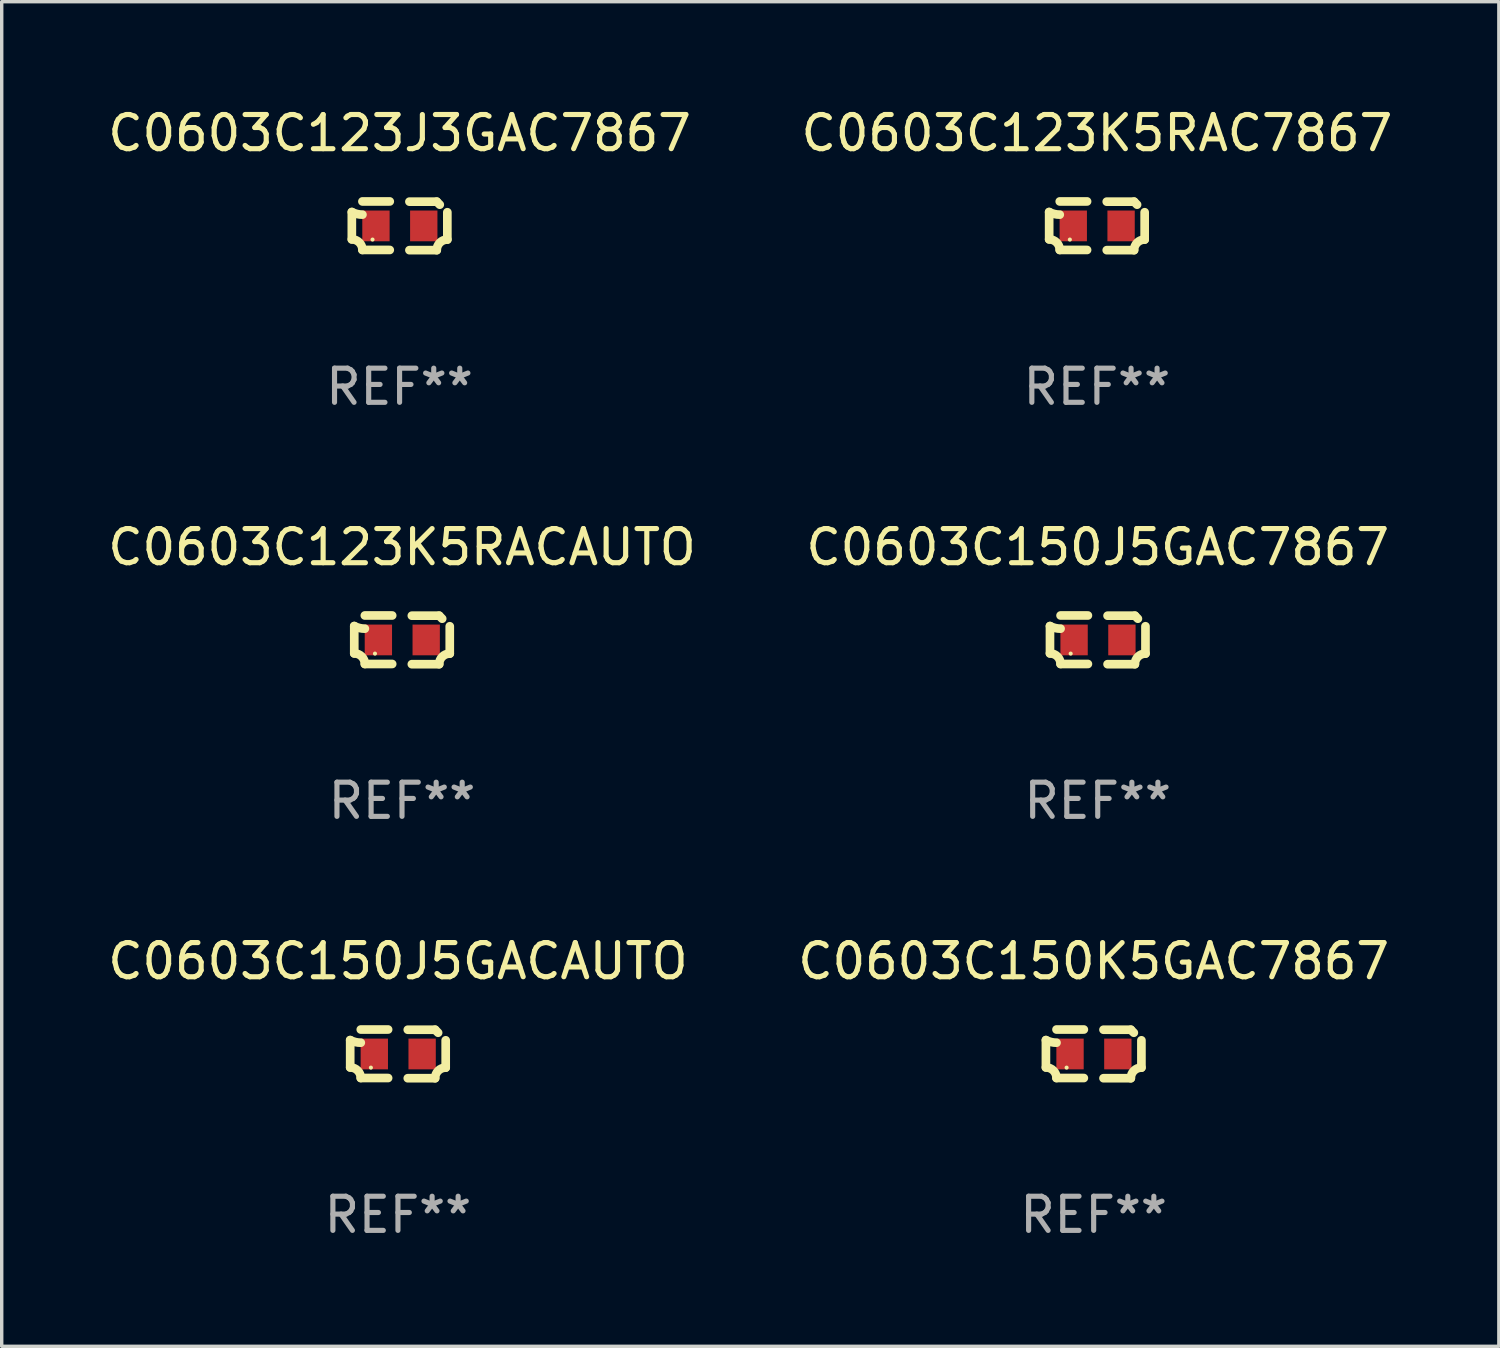
<source format=kicad_pcb>
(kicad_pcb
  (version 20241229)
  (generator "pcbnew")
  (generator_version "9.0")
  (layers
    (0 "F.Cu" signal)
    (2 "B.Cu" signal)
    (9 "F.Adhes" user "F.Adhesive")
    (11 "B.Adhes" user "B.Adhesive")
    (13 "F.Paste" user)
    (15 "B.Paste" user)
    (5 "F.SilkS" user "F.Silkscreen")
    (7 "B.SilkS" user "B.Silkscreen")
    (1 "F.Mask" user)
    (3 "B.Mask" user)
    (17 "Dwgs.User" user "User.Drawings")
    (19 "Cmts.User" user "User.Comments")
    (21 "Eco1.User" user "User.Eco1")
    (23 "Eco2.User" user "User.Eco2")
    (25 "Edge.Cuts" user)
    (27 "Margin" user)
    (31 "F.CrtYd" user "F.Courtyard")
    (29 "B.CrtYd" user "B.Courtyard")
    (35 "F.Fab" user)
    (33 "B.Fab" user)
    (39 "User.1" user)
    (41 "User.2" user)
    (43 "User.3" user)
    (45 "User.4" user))
  (footprint "C0603C123K5RACAUTO"
    (layer "F.Cu")
    (at 8.72 15.683)
    (property "Reference" "C0603C123K5RACAUTO" (at 0 -2.713 0) (layer "F.SilkS") (effects (font (size 1 1) (thickness 0.15))))
    (attr through_hole)
    (fp_line (start -1.398 -0.403) (end -1.398 0.397) (stroke (width 0.254) (type solid)) (layer "F.SilkS"))
    (fp_line (start -0.288 -0.713) (end -1.088 -0.713) (stroke (width 0.254) (type solid)) (layer "F.SilkS"))
    (fp_line (start -0.288 0.707) (end -1.088 0.707) (stroke (width 0.254) (type solid)) (layer "F.SilkS"))
    (fp_line (start 0.288 -0.707) (end 1.088 -0.707) (stroke (width 0.254) (type solid)) (layer "F.SilkS"))
    (fp_line (start 0.288 0.713) (end 1.088 0.713) (stroke (width 0.254) (type solid)) (layer "F.SilkS"))
    (fp_line (start 1.398 -0.397) (end 1.398 0.403) (stroke (width 0.254) (type solid)) (layer "F.SilkS"))
    (fp_arc (start -1.397789 0.397066) (mid -1.178701 0.487826) (end -1.08796 0.706922) (stroke (width 0.254001) (type solid)) (layer "F.SilkS"))
    (fp_arc (start -1.08796 -0.327176) (mid -1.247436 -0.346384) (end -1.39779 -0.402908) (stroke (width 0.254001) (type solid)) (layer "F.SilkS"))
    (fp_arc (start 1.087909 0.712738) (mid 1.178656 0.493655) (end 1.397739 0.402908) (stroke (width 0.254001) (type solid)) (layer "F.SilkS"))
    (fp_arc (start 1.175925 -0.618926) (mid 1.131917 -0.662923) (end 1.08791 -0.706922) (stroke (width 0.254001) (type solid)) (layer "F.SilkS"))
    (fp_circle (center -0.792 0.403) (end -0.762 0.403) (stroke (width 0.06) (type solid)) (fill no) (layer "F.SilkS"))
    (fp_text user "REF**" (at 0 4.713 0) (layer "F.Fab") (effects (font (size 1 1) (thickness 0.15))))
    (pad "1" smd rect (at -0.692 0.003) (size 0.8 0.9) (layers "F.Cu" "F.Mask" "F.Paste"))
    (pad "2" smd rect (at 0.708 0.003) (size 0.8 0.9) (layers "F.Cu" "F.Mask" "F.Paste")))
  (footprint "C0603C123K5RAC7867"
    (layer "F.Cu")
    (at 29.065 3.561)
    (property "Reference" "C0603C123K5RAC7867" (at 0 -2.713 0) (layer "F.SilkS") (effects (font (size 1 1) (thickness 0.15))))
    (attr through_hole)
    (fp_line (start -1.398 -0.403) (end -1.398 0.397) (stroke (width 0.254) (type solid)) (layer "F.SilkS"))
    (fp_line (start -0.288 -0.713) (end -1.088 -0.713) (stroke (width 0.254) (type solid)) (layer "F.SilkS"))
    (fp_line (start -0.288 0.707) (end -1.088 0.707) (stroke (width 0.254) (type solid)) (layer "F.SilkS"))
    (fp_line (start 0.288 -0.707) (end 1.088 -0.707) (stroke (width 0.254) (type solid)) (layer "F.SilkS"))
    (fp_line (start 0.288 0.713) (end 1.088 0.713) (stroke (width 0.254) (type solid)) (layer "F.SilkS"))
    (fp_line (start 1.398 -0.397) (end 1.398 0.403) (stroke (width 0.254) (type solid)) (layer "F.SilkS"))
    (fp_arc (start -1.397789 0.397066) (mid -1.178701 0.487826) (end -1.08796 0.706922) (stroke (width 0.254001) (type solid)) (layer "F.SilkS"))
    (fp_arc (start -1.08796 -0.327176) (mid -1.247436 -0.346384) (end -1.39779 -0.402908) (stroke (width 0.254001) (type solid)) (layer "F.SilkS"))
    (fp_arc (start 1.087909 0.712738) (mid 1.178656 0.493655) (end 1.397739 0.402908) (stroke (width 0.254001) (type solid)) (layer "F.SilkS"))
    (fp_arc (start 1.175925 -0.618926) (mid 1.131917 -0.662923) (end 1.08791 -0.706922) (stroke (width 0.254001) (type solid)) (layer "F.SilkS"))
    (fp_circle (center -0.792 0.403) (end -0.762 0.403) (stroke (width 0.06) (type solid)) (fill no) (layer "F.SilkS"))
    (fp_text user "REF**" (at 0 4.713 0) (layer "F.Fab") (effects (font (size 1 1) (thickness 0.15))))
    (pad "1" smd rect (at -0.692 0.003) (size 0.8 0.9) (layers "F.Cu" "F.Mask" "F.Paste"))
    (pad "2" smd rect (at 0.708 0.003) (size 0.8 0.9) (layers "F.Cu" "F.Mask" "F.Paste")))
  (footprint "C0603C150K5GAC7867"
    (layer "F.Cu")
    (at 28.97 27.805)
    (property "Reference" "C0603C150K5GAC7867" (at 0 -2.713 0) (layer "F.SilkS") (effects (font (size 1 1) (thickness 0.15))))
    (attr through_hole)
    (fp_line (start -1.398 -0.403) (end -1.398 0.397) (stroke (width 0.254) (type solid)) (layer "F.SilkS"))
    (fp_line (start -0.288 -0.713) (end -1.088 -0.713) (stroke (width 0.254) (type solid)) (layer "F.SilkS"))
    (fp_line (start -0.288 0.707) (end -1.088 0.707) (stroke (width 0.254) (type solid)) (layer "F.SilkS"))
    (fp_line (start 0.288 -0.707) (end 1.088 -0.707) (stroke (width 0.254) (type solid)) (layer "F.SilkS"))
    (fp_line (start 0.288 0.713) (end 1.088 0.713) (stroke (width 0.254) (type solid)) (layer "F.SilkS"))
    (fp_line (start 1.398 -0.397) (end 1.398 0.403) (stroke (width 0.254) (type solid)) (layer "F.SilkS"))
    (fp_arc (start -1.397789 0.397066) (mid -1.178701 0.487826) (end -1.08796 0.706922) (stroke (width 0.254001) (type solid)) (layer "F.SilkS"))
    (fp_arc (start -1.08796 -0.327176) (mid -1.247436 -0.346384) (end -1.39779 -0.402908) (stroke (width 0.254001) (type solid)) (layer "F.SilkS"))
    (fp_arc (start 1.087909 0.712738) (mid 1.178656 0.493655) (end 1.397739 0.402908) (stroke (width 0.254001) (type solid)) (layer "F.SilkS"))
    (fp_arc (start 1.175925 -0.618926) (mid 1.131917 -0.662923) (end 1.08791 -0.706922) (stroke (width 0.254001) (type solid)) (layer "F.SilkS"))
    (fp_circle (center -0.792 0.403) (end -0.762 0.403) (stroke (width 0.06) (type solid)) (fill no) (layer "F.SilkS"))
    (fp_text user "REF**" (at 0 4.713 0) (layer "F.Fab") (effects (font (size 1 1) (thickness 0.15))))
    (pad "1" smd rect (at -0.692 0.003) (size 0.8 0.9) (layers "F.Cu" "F.Mask" "F.Paste"))
    (pad "2" smd rect (at 0.708 0.003) (size 0.8 0.9) (layers "F.Cu" "F.Mask" "F.Paste")))
  (footprint "C0603C150J5GAC7867"
    (layer "F.Cu")
    (at 29.089 15.683)
    (property "Reference" "C0603C150J5GAC7867" (at 0 -2.713 0) (layer "F.SilkS") (effects (font (size 1 1) (thickness 0.15))))
    (attr through_hole)
    (fp_line (start -1.398 -0.403) (end -1.398 0.397) (stroke (width 0.254) (type solid)) (layer "F.SilkS"))
    (fp_line (start -0.288 -0.713) (end -1.088 -0.713) (stroke (width 0.254) (type solid)) (layer "F.SilkS"))
    (fp_line (start -0.288 0.707) (end -1.088 0.707) (stroke (width 0.254) (type solid)) (layer "F.SilkS"))
    (fp_line (start 0.288 -0.707) (end 1.088 -0.707) (stroke (width 0.254) (type solid)) (layer "F.SilkS"))
    (fp_line (start 0.288 0.713) (end 1.088 0.713) (stroke (width 0.254) (type solid)) (layer "F.SilkS"))
    (fp_line (start 1.398 -0.397) (end 1.398 0.403) (stroke (width 0.254) (type solid)) (layer "F.SilkS"))
    (fp_arc (start -1.397789 0.397066) (mid -1.178701 0.487826) (end -1.08796 0.706922) (stroke (width 0.254001) (type solid)) (layer "F.SilkS"))
    (fp_arc (start -1.08796 -0.327176) (mid -1.247436 -0.346384) (end -1.39779 -0.402908) (stroke (width 0.254001) (type solid)) (layer "F.SilkS"))
    (fp_arc (start 1.087909 0.712738) (mid 1.178656 0.493655) (end 1.397739 0.402908) (stroke (width 0.254001) (type solid)) (layer "F.SilkS"))
    (fp_arc (start 1.175925 -0.618926) (mid 1.131917 -0.662923) (end 1.08791 -0.706922) (stroke (width 0.254001) (type solid)) (layer "F.SilkS"))
    (fp_circle (center -0.792 0.403) (end -0.762 0.403) (stroke (width 0.06) (type solid)) (fill no) (layer "F.SilkS"))
    (fp_text user "REF**" (at 0 4.713 0) (layer "F.Fab") (effects (font (size 1 1) (thickness 0.15))))
    (pad "1" smd rect (at -0.692 0.003) (size 0.8 0.9) (layers "F.Cu" "F.Mask" "F.Paste"))
    (pad "2" smd rect (at 0.708 0.003) (size 0.8 0.9) (layers "F.Cu" "F.Mask" "F.Paste")))
  (footprint "C0603C123J3GAC7867"
    (layer "F.Cu")
    (at 8.649 3.561)
    (property "Reference" "C0603C123J3GAC7867" (at 0 -2.713 0) (layer "F.SilkS") (effects (font (size 1 1) (thickness 0.15))))
    (attr through_hole)
    (fp_line (start -1.398 -0.403) (end -1.398 0.397) (stroke (width 0.254) (type solid)) (layer "F.SilkS"))
    (fp_line (start -0.288 -0.713) (end -1.088 -0.713) (stroke (width 0.254) (type solid)) (layer "F.SilkS"))
    (fp_line (start -0.288 0.707) (end -1.088 0.707) (stroke (width 0.254) (type solid)) (layer "F.SilkS"))
    (fp_line (start 0.288 -0.707) (end 1.088 -0.707) (stroke (width 0.254) (type solid)) (layer "F.SilkS"))
    (fp_line (start 0.288 0.713) (end 1.088 0.713) (stroke (width 0.254) (type solid)) (layer "F.SilkS"))
    (fp_line (start 1.398 -0.397) (end 1.398 0.403) (stroke (width 0.254) (type solid)) (layer "F.SilkS"))
    (fp_arc (start -1.397789 0.397066) (mid -1.178701 0.487826) (end -1.08796 0.706922) (stroke (width 0.254001) (type solid)) (layer "F.SilkS"))
    (fp_arc (start -1.08796 -0.327176) (mid -1.247436 -0.346384) (end -1.39779 -0.402908) (stroke (width 0.254001) (type solid)) (layer "F.SilkS"))
    (fp_arc (start 1.087909 0.712738) (mid 1.178656 0.493655) (end 1.397739 0.402908) (stroke (width 0.254001) (type solid)) (layer "F.SilkS"))
    (fp_arc (start 1.175925 -0.618926) (mid 1.131917 -0.662923) (end 1.08791 -0.706922) (stroke (width 0.254001) (type solid)) (layer "F.SilkS"))
    (fp_circle (center -0.792 0.403) (end -0.762 0.403) (stroke (width 0.06) (type solid)) (fill no) (layer "F.SilkS"))
    (fp_text user "REF**" (at 0 4.713 0) (layer "F.Fab") (effects (font (size 1 1) (thickness 0.15))))
    (pad "1" smd rect (at -0.692 0.003) (size 0.8 0.9) (layers "F.Cu" "F.Mask" "F.Paste"))
    (pad "2" smd rect (at 0.708 0.003) (size 0.8 0.9) (layers "F.Cu" "F.Mask" "F.Paste")))
  (footprint "C0603C150J5GACAUTO"
    (layer "F.Cu")
    (at 8.601 27.805)
    (property "Reference" "C0603C150J5GACAUTO" (at 0 -2.713 0) (layer "F.SilkS") (effects (font (size 1 1) (thickness 0.15))))
    (attr through_hole)
    (fp_line (start -1.398 -0.403) (end -1.398 0.397) (stroke (width 0.254) (type solid)) (layer "F.SilkS"))
    (fp_line (start -0.288 -0.713) (end -1.088 -0.713) (stroke (width 0.254) (type solid)) (layer "F.SilkS"))
    (fp_line (start -0.288 0.707) (end -1.088 0.707) (stroke (width 0.254) (type solid)) (layer "F.SilkS"))
    (fp_line (start 0.288 -0.707) (end 1.088 -0.707) (stroke (width 0.254) (type solid)) (layer "F.SilkS"))
    (fp_line (start 0.288 0.713) (end 1.088 0.713) (stroke (width 0.254) (type solid)) (layer "F.SilkS"))
    (fp_line (start 1.398 -0.397) (end 1.398 0.403) (stroke (width 0.254) (type solid)) (layer "F.SilkS"))
    (fp_arc (start -1.397789 0.397066) (mid -1.178701 0.487826) (end -1.08796 0.706922) (stroke (width 0.254001) (type solid)) (layer "F.SilkS"))
    (fp_arc (start -1.08796 -0.327176) (mid -1.247436 -0.346384) (end -1.39779 -0.402908) (stroke (width 0.254001) (type solid)) (layer "F.SilkS"))
    (fp_arc (start 1.087909 0.712738) (mid 1.178656 0.493655) (end 1.397739 0.402908) (stroke (width 0.254001) (type solid)) (layer "F.SilkS"))
    (fp_arc (start 1.175925 -0.618926) (mid 1.131917 -0.662923) (end 1.08791 -0.706922) (stroke (width 0.254001) (type solid)) (layer "F.SilkS"))
    (fp_circle (center -0.792 0.403) (end -0.762 0.403) (stroke (width 0.06) (type solid)) (fill no) (layer "F.SilkS"))
    (fp_text user "REF**" (at 0 4.713 0) (layer "F.Fab") (effects (font (size 1 1) (thickness 0.15))))
    (pad "1" smd rect (at -0.692 0.003) (size 0.8 0.9) (layers "F.Cu" "F.Mask" "F.Paste"))
    (pad "2" smd rect (at 0.708 0.003) (size 0.8 0.9) (layers "F.Cu" "F.Mask" "F.Paste")))
  (gr_rect
    (start -3 -3)
    (end 40.833 36.366)
    (stroke (width 0.1) (type default))
    (fill no)
    (layer "Edge.Cuts")))
</source>
